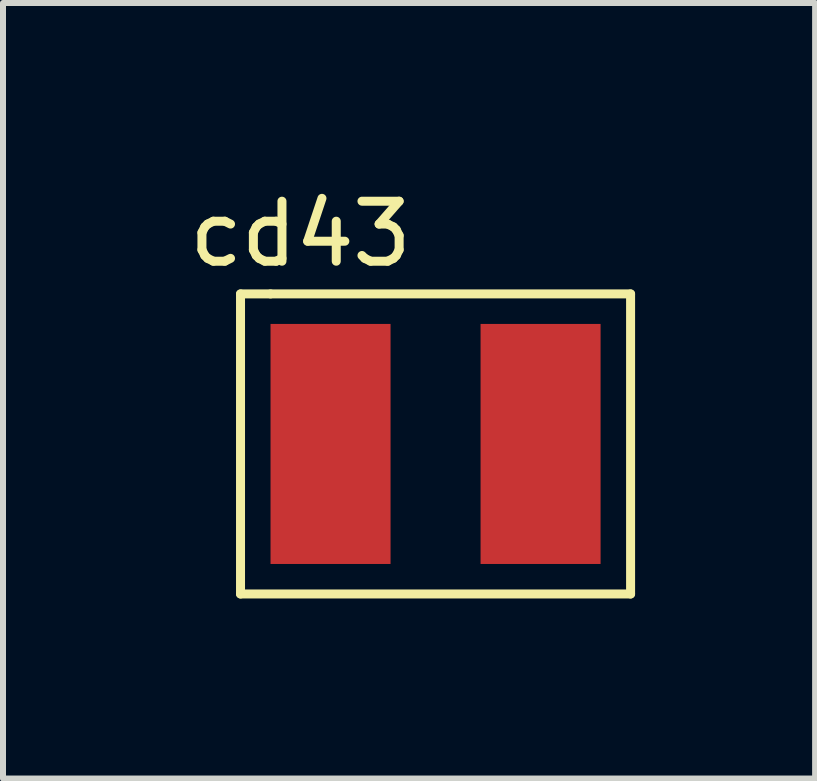
<source format=kicad_pcb>
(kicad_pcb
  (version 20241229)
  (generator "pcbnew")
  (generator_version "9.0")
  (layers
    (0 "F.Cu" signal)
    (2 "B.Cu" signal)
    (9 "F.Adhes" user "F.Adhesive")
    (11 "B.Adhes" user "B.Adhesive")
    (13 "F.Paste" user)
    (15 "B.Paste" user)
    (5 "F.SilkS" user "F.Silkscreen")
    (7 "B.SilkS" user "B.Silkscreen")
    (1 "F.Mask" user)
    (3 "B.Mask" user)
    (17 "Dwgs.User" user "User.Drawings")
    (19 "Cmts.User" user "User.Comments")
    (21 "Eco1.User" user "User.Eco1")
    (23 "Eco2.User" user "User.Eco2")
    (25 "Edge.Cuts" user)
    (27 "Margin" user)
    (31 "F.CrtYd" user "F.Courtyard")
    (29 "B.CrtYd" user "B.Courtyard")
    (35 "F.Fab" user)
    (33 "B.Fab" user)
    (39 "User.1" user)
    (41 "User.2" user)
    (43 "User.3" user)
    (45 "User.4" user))
  (footprint "cd43"
    (layer "F.Cu")
    (at 0.458 1.348)
    (property "Reference" "cd43" (at 1.5 -0.5 0) (layer "F.SilkS") (effects (font (size 1 1) (thickness 0.15))))
    (attr through_hole)
    (fp_line (start 0.5 0.5) (end 1 0.5) (stroke (width 0.15) (type solid)) (layer "F.SilkS"))
    (fp_line (start 0.5 5.5) (end 0.5 0.5) (stroke (width 0.15) (type solid)) (layer "F.SilkS"))
    (fp_line (start 1 0.5) (end 7 0.5) (stroke (width 0.15) (type solid)) (layer "F.SilkS"))
    (fp_line (start 7 0.5) (end 7 5.5) (stroke (width 0.15) (type solid)) (layer "F.SilkS"))
    (fp_line (start 7 5.5) (end 0.5 5.5) (stroke (width 0.15) (type solid)) (layer "F.SilkS"))
    (pad "1" smd rect (at 2 3) (size 2 4) (layers "F.Cu" "F.Mask" "F.Paste"))
    (pad "2" smd rect (at 5.5 3) (size 2 4) (layers "F.Cu" "F.Mask" "F.Paste")))
  (gr_rect
    (start -3 -3)
    (end 10.533 9.923)
    (stroke (width 0.1) (type default))
    (fill no)
    (layer "Edge.Cuts")))
</source>
